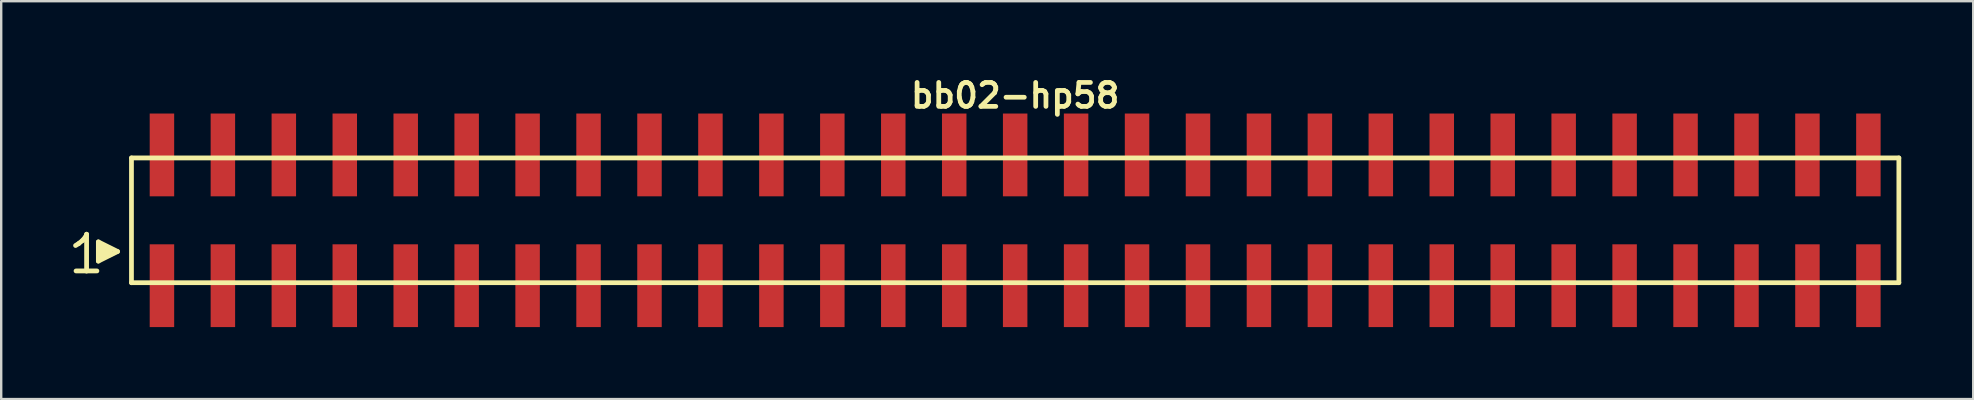
<source format=kicad_pcb>
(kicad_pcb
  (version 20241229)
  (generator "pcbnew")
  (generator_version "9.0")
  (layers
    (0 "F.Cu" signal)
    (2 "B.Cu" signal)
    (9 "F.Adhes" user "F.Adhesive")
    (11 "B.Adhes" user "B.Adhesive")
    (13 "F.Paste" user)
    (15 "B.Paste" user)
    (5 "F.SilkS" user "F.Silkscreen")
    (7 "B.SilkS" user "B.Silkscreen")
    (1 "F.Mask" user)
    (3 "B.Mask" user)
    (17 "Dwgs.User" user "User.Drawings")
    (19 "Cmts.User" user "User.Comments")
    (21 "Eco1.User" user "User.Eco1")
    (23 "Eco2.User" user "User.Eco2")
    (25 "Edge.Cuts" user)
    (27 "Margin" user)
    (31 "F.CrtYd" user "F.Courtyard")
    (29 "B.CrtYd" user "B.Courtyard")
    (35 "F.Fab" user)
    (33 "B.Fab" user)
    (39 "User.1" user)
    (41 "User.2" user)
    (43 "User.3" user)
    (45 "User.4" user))
  (footprint "bb02-hp58"
    (layer "F.Cu")
    (at 39.259 6.132)
    (property "Reference" "bb02-hp58" (at 0 -5.2 0) (layer "F.SilkS") (effects (font (size 0.998 0.998) (thickness 0.198))))
    (attr through_hole)
    (fp_line (start -39.16 1.05) (end -39.03 0.97) (stroke (width 0.198) (type solid)) (layer "F.SilkS"))
    (fp_line (start -39.03 0.97) (end -38.87 0.84) (stroke (width 0.198) (type solid)) (layer "F.SilkS"))
    (fp_line (start -38.87 0.84) (end -38.73 0.67) (stroke (width 0.198) (type solid)) (layer "F.SilkS"))
    (fp_line (start -38.73 0.67) (end -38.7 0.58) (stroke (width 0.198) (type solid)) (layer "F.SilkS"))
    (fp_line (start -38.7 0.58) (end -38.7 2.11) (stroke (width 0.198) (type solid)) (layer "F.SilkS"))
    (fp_line (start -38.7 2.11) (end -39.14 2.11) (stroke (width 0.198) (type solid)) (layer "F.SilkS"))
    (fp_line (start -38.27 2.11) (end -38.71 2.11) (stroke (width 0.198) (type solid)) (layer "F.SilkS"))
    (fp_line (start -38.21 0.9) (end -37.41 1.3) (stroke (width 0.198) (type solid)) (layer "F.SilkS"))
    (fp_line (start -38.21 1.7) (end -38.21 0.9) (stroke (width 0.198) (type solid)) (layer "F.SilkS"))
    (fp_line (start -38.11 1.6) (end -38.11 1) (stroke (width 0.198) (type solid)) (layer "F.SilkS"))
    (fp_line (start -38.01 1.1) (end -38.01 1.5) (stroke (width 0.198) (type solid)) (layer "F.SilkS"))
    (fp_line (start -37.91 1.5) (end -37.91 1.1) (stroke (width 0.198) (type solid)) (layer "F.SilkS"))
    (fp_line (start -37.81 1.2) (end -37.81 1.4) (stroke (width 0.198) (type solid)) (layer "F.SilkS"))
    (fp_line (start -37.71 1.4) (end -37.71 1.2) (stroke (width 0.198) (type solid)) (layer "F.SilkS"))
    (fp_line (start -37.41 1.3) (end -38.21 1.7) (stroke (width 0.198) (type solid)) (layer "F.SilkS"))
    (fp_line (start -36.83 -2.6) (end -36.83 2.6) (stroke (width 0.198) (type solid)) (layer "F.SilkS"))
    (fp_line (start -36.83 -2.6) (end 36.83 -2.6) (stroke (width 0.198) (type solid)) (layer "F.SilkS"))
    (fp_line (start 36.83 2.6) (end -36.83 2.6) (stroke (width 0.198) (type solid)) (layer "F.SilkS"))
    (fp_line (start 36.83 2.6) (end 36.83 -2.6) (stroke (width 0.198) (type solid)) (layer "F.SilkS"))
    (pad "1" smd rect (at -35.56 2.725) (size 1.02 3.45) (layers "F.Cu" "F.Mask" "F.Paste"))
    (pad "2" smd rect (at -35.56 -2.725) (size 1.02 3.45) (layers "F.Cu" "F.Mask" "F.Paste"))
    (pad "3" smd rect (at -33.02 2.725) (size 1.02 3.45) (layers "F.Cu" "F.Mask" "F.Paste"))
    (pad "4" smd rect (at -33.02 -2.725) (size 1.02 3.45) (layers "F.Cu" "F.Mask" "F.Paste"))
    (pad "5" smd rect (at -30.48 2.725) (size 1.02 3.45) (layers "F.Cu" "F.Mask" "F.Paste"))
    (pad "6" smd rect (at -30.48 -2.725) (size 1.02 3.45) (layers "F.Cu" "F.Mask" "F.Paste"))
    (pad "7" smd rect (at -27.94 2.725) (size 1.02 3.45) (layers "F.Cu" "F.Mask" "F.Paste"))
    (pad "8" smd rect (at -27.94 -2.725) (size 1.02 3.45) (layers "F.Cu" "F.Mask" "F.Paste"))
    (pad "9" smd rect (at -25.4 2.725) (size 1.02 3.45) (layers "F.Cu" "F.Mask" "F.Paste"))
    (pad "10" smd rect (at -25.4 -2.725) (size 1.02 3.45) (layers "F.Cu" "F.Mask" "F.Paste"))
    (pad "11" smd rect (at -22.86 2.725) (size 1.02 3.45) (layers "F.Cu" "F.Mask" "F.Paste"))
    (pad "12" smd rect (at -22.86 -2.725) (size 1.02 3.45) (layers "F.Cu" "F.Mask" "F.Paste"))
    (pad "13" smd rect (at -20.32 2.725) (size 1.02 3.45) (layers "F.Cu" "F.Mask" "F.Paste"))
    (pad "14" smd rect (at -20.32 -2.725) (size 1.02 3.45) (layers "F.Cu" "F.Mask" "F.Paste"))
    (pad "15" smd rect (at -17.78 2.725) (size 1.02 3.45) (layers "F.Cu" "F.Mask" "F.Paste"))
    (pad "16" smd rect (at -17.78 -2.725) (size 1.02 3.45) (layers "F.Cu" "F.Mask" "F.Paste"))
    (pad "17" smd rect (at -15.24 2.725) (size 1.02 3.45) (layers "F.Cu" "F.Mask" "F.Paste"))
    (pad "18" smd rect (at -15.24 -2.725) (size 1.02 3.45) (layers "F.Cu" "F.Mask" "F.Paste"))
    (pad "19" smd rect (at -12.7 2.725) (size 1.02 3.45) (layers "F.Cu" "F.Mask" "F.Paste"))
    (pad "20" smd rect (at -12.7 -2.725) (size 1.02 3.45) (layers "F.Cu" "F.Mask" "F.Paste"))
    (pad "21" smd rect (at -10.16 2.725) (size 1.02 3.45) (layers "F.Cu" "F.Mask" "F.Paste"))
    (pad "22" smd rect (at -10.16 -2.725) (size 1.02 3.45) (layers "F.Cu" "F.Mask" "F.Paste"))
    (pad "23" smd rect (at -7.62 2.725) (size 1.02 3.45) (layers "F.Cu" "F.Mask" "F.Paste"))
    (pad "24" smd rect (at -7.62 -2.725) (size 1.02 3.45) (layers "F.Cu" "F.Mask" "F.Paste"))
    (pad "25" smd rect (at -5.08 2.725) (size 1.02 3.45) (layers "F.Cu" "F.Mask" "F.Paste"))
    (pad "26" smd rect (at -5.08 -2.725) (size 1.02 3.45) (layers "F.Cu" "F.Mask" "F.Paste"))
    (pad "27" smd rect (at -2.54 2.725) (size 1.02 3.45) (layers "F.Cu" "F.Mask" "F.Paste"))
    (pad "28" smd rect (at -2.54 -2.725) (size 1.02 3.45) (layers "F.Cu" "F.Mask" "F.Paste"))
    (pad "29" smd rect (at 0 2.725) (size 1.02 3.45) (layers "F.Cu" "F.Mask" "F.Paste"))
    (pad "30" smd rect (at 0 -2.725) (size 1.02 3.45) (layers "F.Cu" "F.Mask" "F.Paste"))
    (pad "31" smd rect (at 2.54 2.725) (size 1.02 3.45) (layers "F.Cu" "F.Mask" "F.Paste"))
    (pad "32" smd rect (at 2.54 -2.725) (size 1.02 3.45) (layers "F.Cu" "F.Mask" "F.Paste"))
    (pad "33" smd rect (at 5.08 2.725) (size 1.02 3.45) (layers "F.Cu" "F.Mask" "F.Paste"))
    (pad "34" smd rect (at 5.08 -2.725) (size 1.02 3.45) (layers "F.Cu" "F.Mask" "F.Paste"))
    (pad "35" smd rect (at 7.62 2.725) (size 1.02 3.45) (layers "F.Cu" "F.Mask" "F.Paste"))
    (pad "36" smd rect (at 7.62 -2.725) (size 1.02 3.45) (layers "F.Cu" "F.Mask" "F.Paste"))
    (pad "37" smd rect (at 10.16 2.725) (size 1.02 3.45) (layers "F.Cu" "F.Mask" "F.Paste"))
    (pad "38" smd rect (at 10.16 -2.725) (size 1.02 3.45) (layers "F.Cu" "F.Mask" "F.Paste"))
    (pad "39" smd rect (at 12.7 2.725) (size 1.02 3.45) (layers "F.Cu" "F.Mask" "F.Paste"))
    (pad "40" smd rect (at 12.7 -2.725) (size 1.02 3.45) (layers "F.Cu" "F.Mask" "F.Paste"))
    (pad "41" smd rect (at 15.24 2.725) (size 1.02 3.45) (layers "F.Cu" "F.Mask" "F.Paste"))
    (pad "42" smd rect (at 15.24 -2.725) (size 1.02 3.45) (layers "F.Cu" "F.Mask" "F.Paste"))
    (pad "43" smd rect (at 17.78 2.725) (size 1.02 3.45) (layers "F.Cu" "F.Mask" "F.Paste"))
    (pad "44" smd rect (at 17.78 -2.725) (size 1.02 3.45) (layers "F.Cu" "F.Mask" "F.Paste"))
    (pad "45" smd rect (at 20.32 2.725) (size 1.02 3.45) (layers "F.Cu" "F.Mask" "F.Paste"))
    (pad "46" smd rect (at 20.32 -2.725) (size 1.02 3.45) (layers "F.Cu" "F.Mask" "F.Paste"))
    (pad "47" smd rect (at 22.86 2.725) (size 1.02 3.45) (layers "F.Cu" "F.Mask" "F.Paste"))
    (pad "48" smd rect (at 22.86 -2.725) (size 1.02 3.45) (layers "F.Cu" "F.Mask" "F.Paste"))
    (pad "49" smd rect (at 25.4 2.725) (size 1.02 3.45) (layers "F.Cu" "F.Mask" "F.Paste"))
    (pad "50" smd rect (at 25.4 -2.725) (size 1.02 3.45) (layers "F.Cu" "F.Mask" "F.Paste"))
    (pad "51" smd rect (at 27.94 2.725) (size 1.02 3.45) (layers "F.Cu" "F.Mask" "F.Paste"))
    (pad "52" smd rect (at 27.94 -2.725) (size 1.02 3.45) (layers "F.Cu" "F.Mask" "F.Paste"))
    (pad "53" smd rect (at 30.48 2.725) (size 1.02 3.45) (layers "F.Cu" "F.Mask" "F.Paste"))
    (pad "54" smd rect (at 30.48 -2.725) (size 1.02 3.45) (layers "F.Cu" "F.Mask" "F.Paste"))
    (pad "55" smd rect (at 33.02 2.725) (size 1.02 3.45) (layers "F.Cu" "F.Mask" "F.Paste"))
    (pad "56" smd rect (at 33.02 -2.725) (size 1.02 3.45) (layers "F.Cu" "F.Mask" "F.Paste"))
    (pad "57" smd rect (at 35.56 2.725) (size 1.02 3.45) (layers "F.Cu" "F.Mask" "F.Paste"))
    (pad "58" smd rect (at 35.56 -2.725) (size 1.02 3.45) (layers "F.Cu" "F.Mask" "F.Paste")))
  (gr_rect
    (start -3 -3)
    (end 79.188 13.582)
    (stroke (width 0.1) (type default))
    (fill no)
    (layer "Edge.Cuts")))
</source>
